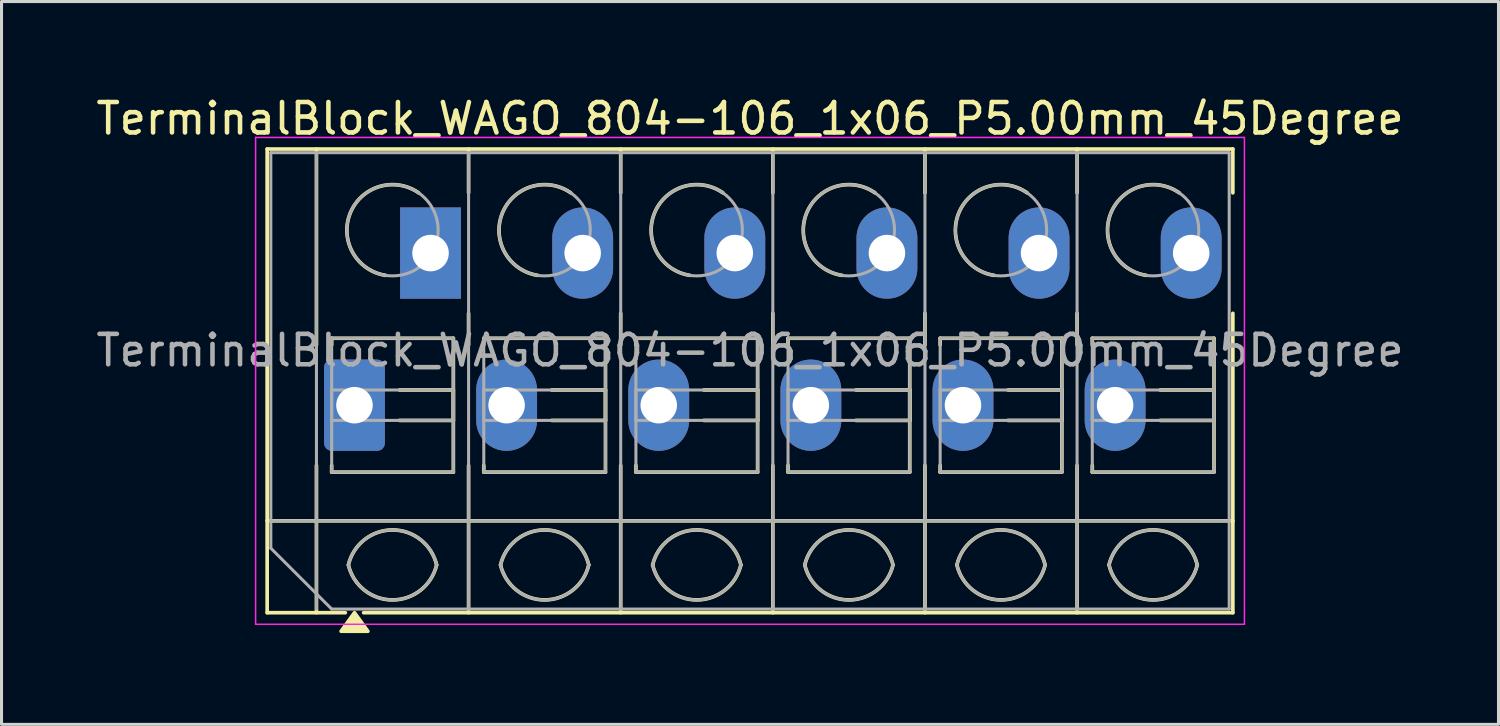
<source format=kicad_pcb>
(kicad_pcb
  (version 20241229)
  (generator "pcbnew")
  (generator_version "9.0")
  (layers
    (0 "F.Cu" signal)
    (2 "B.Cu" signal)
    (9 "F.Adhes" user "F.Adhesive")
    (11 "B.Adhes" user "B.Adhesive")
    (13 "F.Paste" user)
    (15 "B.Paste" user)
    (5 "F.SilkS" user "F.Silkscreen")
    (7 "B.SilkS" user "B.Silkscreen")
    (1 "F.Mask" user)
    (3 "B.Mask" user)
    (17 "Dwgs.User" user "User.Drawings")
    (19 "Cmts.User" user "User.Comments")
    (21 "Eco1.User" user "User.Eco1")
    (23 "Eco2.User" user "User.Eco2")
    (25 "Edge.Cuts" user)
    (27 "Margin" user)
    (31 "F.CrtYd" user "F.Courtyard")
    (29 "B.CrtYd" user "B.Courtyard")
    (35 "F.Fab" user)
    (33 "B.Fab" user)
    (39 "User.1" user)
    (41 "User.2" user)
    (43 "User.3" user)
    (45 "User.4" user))
  (footprint "TerminalBlock_WAGO_804-106_1x06_P5.00mm_45Degree"
    (layer "F.Cu")
    (at 8.601 10.268)
    (property "Reference" "TerminalBlock_WAGO_804-106_1x06_P5.00mm_45Degree" (at 13 -9.42 0) (layer "F.SilkS") (effects (font (size 1 1) (thickness 0.15))))
    (attr through_hole)
    (fp_line (start -2.87 -8.42) (end -2.87 6.82) (stroke (width 0.12) (type solid)) (layer "F.SilkS"))
    (fp_line (start -2.87 -8.42) (end 28.87 -8.42) (stroke (width 0.12) (type solid)) (layer "F.SilkS"))
    (fp_line (start -2.87 3.8) (end 28.87 3.8) (stroke (width 0.12) (type solid)) (layer "F.SilkS"))
    (fp_line (start -2.87 6.82) (end -0.3 6.82) (stroke (width 0.12) (type solid)) (layer "F.SilkS"))
    (fp_line (start -1.25 -8.42) (end -1.25 -1.98) (stroke (width 0.12) (type solid)) (layer "F.SilkS"))
    (fp_line (start -1.25 1.98) (end -1.25 6.82) (stroke (width 0.12) (type solid)) (layer "F.SilkS"))
    (fp_line (start -0.75 -2.2) (end -0.75 -1.98) (stroke (width 0.12) (type solid)) (layer "F.SilkS"))
    (fp_line (start -0.75 -2.2) (end 3.25 -2.2) (stroke (width 0.12) (type solid)) (layer "F.SilkS"))
    (fp_line (start -0.75 1.98) (end -0.75 2.2) (stroke (width 0.12) (type solid)) (layer "F.SilkS"))
    (fp_line (start -0.75 2.2) (end 3.25 2.2) (stroke (width 0.12) (type solid)) (layer "F.SilkS"))
    (fp_line (start 0.3 6.82) (end 28.87 6.82) (stroke (width 0.12) (type solid)) (layer "F.SilkS"))
    (fp_line (start 1.48 -0.5) (end 3.25 -0.5) (stroke (width 0.12) (type solid)) (layer "F.SilkS"))
    (fp_line (start 1.48 0.5) (end 3.25 0.5) (stroke (width 0.12) (type solid)) (layer "F.SilkS"))
    (fp_line (start 3.25 -2.2) (end 3.25 2.2) (stroke (width 0.12) (type solid)) (layer "F.SilkS"))
    (fp_line (start 3.25 -0.5) (end 3.25 0.5) (stroke (width 0.12) (type solid)) (layer "F.SilkS"))
    (fp_line (start 3.75 -8.42) (end 3.75 -6.98) (stroke (width 0.12) (type solid)) (layer "F.SilkS"))
    (fp_line (start 3.75 -3.02) (end 3.75 -1.98) (stroke (width 0.12) (type solid)) (layer "F.SilkS"))
    (fp_line (start 3.75 1.98) (end 3.75 6.82) (stroke (width 0.12) (type solid)) (layer "F.SilkS"))
    (fp_line (start 4.25 -2.2) (end 4.25 -1.98) (stroke (width 0.12) (type solid)) (layer "F.SilkS"))
    (fp_line (start 4.25 -2.2) (end 8.25 -2.2) (stroke (width 0.12) (type solid)) (layer "F.SilkS"))
    (fp_line (start 4.25 1.98) (end 4.25 2.2) (stroke (width 0.12) (type solid)) (layer "F.SilkS"))
    (fp_line (start 4.25 2.2) (end 8.25 2.2) (stroke (width 0.12) (type solid)) (layer "F.SilkS"))
    (fp_line (start 6.48 -0.5) (end 8.25 -0.5) (stroke (width 0.12) (type solid)) (layer "F.SilkS"))
    (fp_line (start 6.48 0.5) (end 8.25 0.5) (stroke (width 0.12) (type solid)) (layer "F.SilkS"))
    (fp_line (start 8.25 -2.2) (end 8.25 2.2) (stroke (width 0.12) (type solid)) (layer "F.SilkS"))
    (fp_line (start 8.25 -0.5) (end 8.25 0.5) (stroke (width 0.12) (type solid)) (layer "F.SilkS"))
    (fp_line (start 8.75 -8.42) (end 8.75 -6.98) (stroke (width 0.12) (type solid)) (layer "F.SilkS"))
    (fp_line (start 8.75 -3.02) (end 8.75 -1.98) (stroke (width 0.12) (type solid)) (layer "F.SilkS"))
    (fp_line (start 8.75 1.98) (end 8.75 6.82) (stroke (width 0.12) (type solid)) (layer "F.SilkS"))
    (fp_line (start 9.25 -2.2) (end 9.25 -1.98) (stroke (width 0.12) (type solid)) (layer "F.SilkS"))
    (fp_line (start 9.25 -2.2) (end 13.25 -2.2) (stroke (width 0.12) (type solid)) (layer "F.SilkS"))
    (fp_line (start 9.25 1.98) (end 9.25 2.2) (stroke (width 0.12) (type solid)) (layer "F.SilkS"))
    (fp_line (start 9.25 2.2) (end 13.25 2.2) (stroke (width 0.12) (type solid)) (layer "F.SilkS"))
    (fp_line (start 11.48 -0.5) (end 13.25 -0.5) (stroke (width 0.12) (type solid)) (layer "F.SilkS"))
    (fp_line (start 11.48 0.5) (end 13.25 0.5) (stroke (width 0.12) (type solid)) (layer "F.SilkS"))
    (fp_line (start 13.25 -2.2) (end 13.25 2.2) (stroke (width 0.12) (type solid)) (layer "F.SilkS"))
    (fp_line (start 13.25 -0.5) (end 13.25 0.5) (stroke (width 0.12) (type solid)) (layer "F.SilkS"))
    (fp_line (start 13.75 -8.42) (end 13.75 -6.98) (stroke (width 0.12) (type solid)) (layer "F.SilkS"))
    (fp_line (start 13.75 -3.02) (end 13.75 -1.98) (stroke (width 0.12) (type solid)) (layer "F.SilkS"))
    (fp_line (start 13.75 1.98) (end 13.75 6.82) (stroke (width 0.12) (type solid)) (layer "F.SilkS"))
    (fp_line (start 14.25 -2.2) (end 14.25 -1.98) (stroke (width 0.12) (type solid)) (layer "F.SilkS"))
    (fp_line (start 14.25 -2.2) (end 18.25 -2.2) (stroke (width 0.12) (type solid)) (layer "F.SilkS"))
    (fp_line (start 14.25 1.98) (end 14.25 2.2) (stroke (width 0.12) (type solid)) (layer "F.SilkS"))
    (fp_line (start 14.25 2.2) (end 18.25 2.2) (stroke (width 0.12) (type solid)) (layer "F.SilkS"))
    (fp_line (start 16.48 -0.5) (end 18.25 -0.5) (stroke (width 0.12) (type solid)) (layer "F.SilkS"))
    (fp_line (start 16.48 0.5) (end 18.25 0.5) (stroke (width 0.12) (type solid)) (layer "F.SilkS"))
    (fp_line (start 18.25 -2.2) (end 18.25 2.2) (stroke (width 0.12) (type solid)) (layer "F.SilkS"))
    (fp_line (start 18.25 -0.5) (end 18.25 0.5) (stroke (width 0.12) (type solid)) (layer "F.SilkS"))
    (fp_line (start 18.75 -8.42) (end 18.75 -6.98) (stroke (width 0.12) (type solid)) (layer "F.SilkS"))
    (fp_line (start 18.75 -3.02) (end 18.75 -1.98) (stroke (width 0.12) (type solid)) (layer "F.SilkS"))
    (fp_line (start 18.75 1.98) (end 18.75 6.82) (stroke (width 0.12) (type solid)) (layer "F.SilkS"))
    (fp_line (start 19.25 -2.2) (end 19.25 -1.98) (stroke (width 0.12) (type solid)) (layer "F.SilkS"))
    (fp_line (start 19.25 -2.2) (end 23.25 -2.2) (stroke (width 0.12) (type solid)) (layer "F.SilkS"))
    (fp_line (start 19.25 1.98) (end 19.25 2.2) (stroke (width 0.12) (type solid)) (layer "F.SilkS"))
    (fp_line (start 19.25 2.2) (end 23.25 2.2) (stroke (width 0.12) (type solid)) (layer "F.SilkS"))
    (fp_line (start 21.48 -0.5) (end 23.25 -0.5) (stroke (width 0.12) (type solid)) (layer "F.SilkS"))
    (fp_line (start 21.48 0.5) (end 23.25 0.5) (stroke (width 0.12) (type solid)) (layer "F.SilkS"))
    (fp_line (start 23.25 -2.2) (end 23.25 2.2) (stroke (width 0.12) (type solid)) (layer "F.SilkS"))
    (fp_line (start 23.25 -0.5) (end 23.25 0.5) (stroke (width 0.12) (type solid)) (layer "F.SilkS"))
    (fp_line (start 23.75 -8.42) (end 23.75 -6.98) (stroke (width 0.12) (type solid)) (layer "F.SilkS"))
    (fp_line (start 23.75 -3.02) (end 23.75 -1.98) (stroke (width 0.12) (type solid)) (layer "F.SilkS"))
    (fp_line (start 23.75 1.98) (end 23.75 6.82) (stroke (width 0.12) (type solid)) (layer "F.SilkS"))
    (fp_line (start 24.25 -2.2) (end 24.25 -1.98) (stroke (width 0.12) (type solid)) (layer "F.SilkS"))
    (fp_line (start 24.25 -2.2) (end 28.25 -2.2) (stroke (width 0.12) (type solid)) (layer "F.SilkS"))
    (fp_line (start 24.25 1.98) (end 24.25 2.2) (stroke (width 0.12) (type solid)) (layer "F.SilkS"))
    (fp_line (start 24.25 2.2) (end 28.25 2.2) (stroke (width 0.12) (type solid)) (layer "F.SilkS"))
    (fp_line (start 26.48 -0.5) (end 28.25 -0.5) (stroke (width 0.12) (type solid)) (layer "F.SilkS"))
    (fp_line (start 26.48 0.5) (end 28.25 0.5) (stroke (width 0.12) (type solid)) (layer "F.SilkS"))
    (fp_line (start 28.25 -2.2) (end 28.25 2.2) (stroke (width 0.12) (type solid)) (layer "F.SilkS"))
    (fp_line (start 28.25 -0.5) (end 28.25 0.5) (stroke (width 0.12) (type solid)) (layer "F.SilkS"))
    (fp_line (start 28.87 -8.42) (end 28.87 -6.98) (stroke (width 0.12) (type solid)) (layer "F.SilkS"))
    (fp_line (start 28.87 -3.02) (end 28.87 6.82) (stroke (width 0.12) (type solid)) (layer "F.SilkS"))
    (fp_arc (start -0.2 5.25) (mid 1.25 4.1) (end 2.7 5.25) (stroke (width 0.12) (type solid)) (layer "F.SilkS"))
    (fp_arc (start 1.02 -4.268) (mid -0.141916 -6.309209) (end 2.109 -6.98) (stroke (width 0.12) (type solid)) (layer "F.SilkS"))
    (fp_arc (start 2.7 5.25) (mid 1.25 6.4) (end -0.2 5.25) (stroke (width 0.12) (type solid)) (layer "F.SilkS"))
    (fp_arc (start 4.8 5.25) (mid 6.25 4.1) (end 7.7 5.25) (stroke (width 0.12) (type solid)) (layer "F.SilkS"))
    (fp_arc (start 6.02 -4.268) (mid 4.858084 -6.309209) (end 7.109 -6.98) (stroke (width 0.12) (type solid)) (layer "F.SilkS"))
    (fp_arc (start 7.7 5.25) (mid 6.25 6.4) (end 4.8 5.25) (stroke (width 0.12) (type solid)) (layer "F.SilkS"))
    (fp_arc (start 9.8 5.25) (mid 11.25 4.1) (end 12.7 5.25) (stroke (width 0.12) (type solid)) (layer "F.SilkS"))
    (fp_arc (start 11.02 -4.268) (mid 9.858084 -6.309209) (end 12.109 -6.98) (stroke (width 0.12) (type solid)) (layer "F.SilkS"))
    (fp_arc (start 12.7 5.25) (mid 11.25 6.4) (end 9.8 5.25) (stroke (width 0.12) (type solid)) (layer "F.SilkS"))
    (fp_arc (start 14.8 5.25) (mid 16.25 4.1) (end 17.7 5.25) (stroke (width 0.12) (type solid)) (layer "F.SilkS"))
    (fp_arc (start 16.02 -4.268) (mid 14.858084 -6.309209) (end 17.109 -6.98) (stroke (width 0.12) (type solid)) (layer "F.SilkS"))
    (fp_arc (start 17.7 5.25) (mid 16.25 6.4) (end 14.8 5.25) (stroke (width 0.12) (type solid)) (layer "F.SilkS"))
    (fp_arc (start 19.8 5.25) (mid 21.25 4.1) (end 22.7 5.25) (stroke (width 0.12) (type solid)) (layer "F.SilkS"))
    (fp_arc (start 21.02 -4.268) (mid 19.858084 -6.309209) (end 22.109 -6.98) (stroke (width 0.12) (type solid)) (layer "F.SilkS"))
    (fp_arc (start 22.7 5.25) (mid 21.25 6.4) (end 19.8 5.25) (stroke (width 0.12) (type solid)) (layer "F.SilkS"))
    (fp_arc (start 24.8 5.25) (mid 26.25 4.1) (end 27.7 5.25) (stroke (width 0.12) (type solid)) (layer "F.SilkS"))
    (fp_arc (start 26.02 -4.268) (mid 24.858084 -6.309209) (end 27.109 -6.98) (stroke (width 0.12) (type solid)) (layer "F.SilkS"))
    (fp_arc (start 27.7 5.25) (mid 26.25 6.4) (end 24.8 5.25) (stroke (width 0.12) (type solid)) (layer "F.SilkS"))
    (fp_poly (pts (xy 0 6.82) (xy 0.44 7.43) (xy -0.44 7.43)) (stroke (width 0.12) (type solid)) (fill yes) (layer "F.SilkS"))
    (fp_line (start -3.25 -8.8) (end -3.25 7.2) (stroke (width 0.05) (type solid)) (layer "F.CrtYd"))
    (fp_line (start -3.25 7.2) (end 29.25 7.2) (stroke (width 0.05) (type solid)) (layer "F.CrtYd"))
    (fp_line (start 29.25 -8.8) (end -3.25 -8.8) (stroke (width 0.05) (type solid)) (layer "F.CrtYd"))
    (fp_line (start 29.25 7.2) (end 29.25 -8.8) (stroke (width 0.05) (type solid)) (layer "F.CrtYd"))
    (fp_line (start -2.75 -8.3) (end 28.75 -8.3) (stroke (width 0.1) (type solid)) (layer "F.Fab"))
    (fp_line (start -2.75 3.8) (end 28.75 3.8) (stroke (width 0.1) (type solid)) (layer "F.Fab"))
    (fp_line (start -2.75 4.7) (end -2.75 -8.3) (stroke (width 0.1) (type solid)) (layer "F.Fab"))
    (fp_line (start -1.25 -8.3) (end -1.25 6.7) (stroke (width 0.1) (type solid)) (layer "F.Fab"))
    (fp_line (start -0.75 -2.2) (end -0.75 2.2) (stroke (width 0.1) (type solid)) (layer "F.Fab"))
    (fp_line (start -0.75 -0.5) (end -0.75 0.5) (stroke (width 0.1) (type solid)) (layer "F.Fab"))
    (fp_line (start -0.75 0.5) (end 3.25 0.5) (stroke (width 0.1) (type solid)) (layer "F.Fab"))
    (fp_line (start -0.75 2.2) (end 3.25 2.2) (stroke (width 0.1) (type solid)) (layer "F.Fab"))
    (fp_line (start -0.75 6.7) (end -2.75 4.7) (stroke (width 0.1) (type solid)) (layer "F.Fab"))
    (fp_line (start 3.25 -2.2) (end -0.75 -2.2) (stroke (width 0.1) (type solid)) (layer "F.Fab"))
    (fp_line (start 3.25 -0.5) (end -0.75 -0.5) (stroke (width 0.1) (type solid)) (layer "F.Fab"))
    (fp_line (start 3.25 0.5) (end 3.25 -0.5) (stroke (width 0.1) (type solid)) (layer "F.Fab"))
    (fp_line (start 3.25 2.2) (end 3.25 -2.2) (stroke (width 0.1) (type solid)) (layer "F.Fab"))
    (fp_line (start 3.75 -8.3) (end 3.75 6.7) (stroke (width 0.1) (type solid)) (layer "F.Fab"))
    (fp_line (start 4.25 -2.2) (end 4.25 2.2) (stroke (width 0.1) (type solid)) (layer "F.Fab"))
    (fp_line (start 4.25 -0.5) (end 4.25 0.5) (stroke (width 0.1) (type solid)) (layer "F.Fab"))
    (fp_line (start 4.25 0.5) (end 8.25 0.5) (stroke (width 0.1) (type solid)) (layer "F.Fab"))
    (fp_line (start 4.25 2.2) (end 8.25 2.2) (stroke (width 0.1) (type solid)) (layer "F.Fab"))
    (fp_line (start 8.25 -2.2) (end 4.25 -2.2) (stroke (width 0.1) (type solid)) (layer "F.Fab"))
    (fp_line (start 8.25 -0.5) (end 4.25 -0.5) (stroke (width 0.1) (type solid)) (layer "F.Fab"))
    (fp_line (start 8.25 0.5) (end 8.25 -0.5) (stroke (width 0.1) (type solid)) (layer "F.Fab"))
    (fp_line (start 8.25 2.2) (end 8.25 -2.2) (stroke (width 0.1) (type solid)) (layer "F.Fab"))
    (fp_line (start 8.75 -8.3) (end 8.75 6.7) (stroke (width 0.1) (type solid)) (layer "F.Fab"))
    (fp_line (start 9.25 -2.2) (end 9.25 2.2) (stroke (width 0.1) (type solid)) (layer "F.Fab"))
    (fp_line (start 9.25 -0.5) (end 9.25 0.5) (stroke (width 0.1) (type solid)) (layer "F.Fab"))
    (fp_line (start 9.25 0.5) (end 13.25 0.5) (stroke (width 0.1) (type solid)) (layer "F.Fab"))
    (fp_line (start 9.25 2.2) (end 13.25 2.2) (stroke (width 0.1) (type solid)) (layer "F.Fab"))
    (fp_line (start 13.25 -2.2) (end 9.25 -2.2) (stroke (width 0.1) (type solid)) (layer "F.Fab"))
    (fp_line (start 13.25 -0.5) (end 9.25 -0.5) (stroke (width 0.1) (type solid)) (layer "F.Fab"))
    (fp_line (start 13.25 0.5) (end 13.25 -0.5) (stroke (width 0.1) (type solid)) (layer "F.Fab"))
    (fp_line (start 13.25 2.2) (end 13.25 -2.2) (stroke (width 0.1) (type solid)) (layer "F.Fab"))
    (fp_line (start 13.75 -8.3) (end 13.75 6.7) (stroke (width 0.1) (type solid)) (layer "F.Fab"))
    (fp_line (start 14.25 -2.2) (end 14.25 2.2) (stroke (width 0.1) (type solid)) (layer "F.Fab"))
    (fp_line (start 14.25 -0.5) (end 14.25 0.5) (stroke (width 0.1) (type solid)) (layer "F.Fab"))
    (fp_line (start 14.25 0.5) (end 18.25 0.5) (stroke (width 0.1) (type solid)) (layer "F.Fab"))
    (fp_line (start 14.25 2.2) (end 18.25 2.2) (stroke (width 0.1) (type solid)) (layer "F.Fab"))
    (fp_line (start 18.25 -2.2) (end 14.25 -2.2) (stroke (width 0.1) (type solid)) (layer "F.Fab"))
    (fp_line (start 18.25 -0.5) (end 14.25 -0.5) (stroke (width 0.1) (type solid)) (layer "F.Fab"))
    (fp_line (start 18.25 0.5) (end 18.25 -0.5) (stroke (width 0.1) (type solid)) (layer "F.Fab"))
    (fp_line (start 18.25 2.2) (end 18.25 -2.2) (stroke (width 0.1) (type solid)) (layer "F.Fab"))
    (fp_line (start 18.75 -8.3) (end 18.75 6.7) (stroke (width 0.1) (type solid)) (layer "F.Fab"))
    (fp_line (start 19.25 -2.2) (end 19.25 2.2) (stroke (width 0.1) (type solid)) (layer "F.Fab"))
    (fp_line (start 19.25 -0.5) (end 19.25 0.5) (stroke (width 0.1) (type solid)) (layer "F.Fab"))
    (fp_line (start 19.25 0.5) (end 23.25 0.5) (stroke (width 0.1) (type solid)) (layer "F.Fab"))
    (fp_line (start 19.25 2.2) (end 23.25 2.2) (stroke (width 0.1) (type solid)) (layer "F.Fab"))
    (fp_line (start 23.25 -2.2) (end 19.25 -2.2) (stroke (width 0.1) (type solid)) (layer "F.Fab"))
    (fp_line (start 23.25 -0.5) (end 19.25 -0.5) (stroke (width 0.1) (type solid)) (layer "F.Fab"))
    (fp_line (start 23.25 0.5) (end 23.25 -0.5) (stroke (width 0.1) (type solid)) (layer "F.Fab"))
    (fp_line (start 23.25 2.2) (end 23.25 -2.2) (stroke (width 0.1) (type solid)) (layer "F.Fab"))
    (fp_line (start 23.75 -8.3) (end 23.75 6.7) (stroke (width 0.1) (type solid)) (layer "F.Fab"))
    (fp_line (start 24.25 -2.2) (end 24.25 2.2) (stroke (width 0.1) (type solid)) (layer "F.Fab"))
    (fp_line (start 24.25 -0.5) (end 24.25 0.5) (stroke (width 0.1) (type solid)) (layer "F.Fab"))
    (fp_line (start 24.25 0.5) (end 28.25 0.5) (stroke (width 0.1) (type solid)) (layer "F.Fab"))
    (fp_line (start 24.25 2.2) (end 28.25 2.2) (stroke (width 0.1) (type solid)) (layer "F.Fab"))
    (fp_line (start 28.25 -2.2) (end 24.25 -2.2) (stroke (width 0.1) (type solid)) (layer "F.Fab"))
    (fp_line (start 28.25 -0.5) (end 24.25 -0.5) (stroke (width 0.1) (type solid)) (layer "F.Fab"))
    (fp_line (start 28.25 0.5) (end 28.25 -0.5) (stroke (width 0.1) (type solid)) (layer "F.Fab"))
    (fp_line (start 28.25 2.2) (end 28.25 -2.2) (stroke (width 0.1) (type solid)) (layer "F.Fab"))
    (fp_line (start 28.75 -8.3) (end 28.75 6.7) (stroke (width 0.1) (type solid)) (layer "F.Fab"))
    (fp_line (start 28.75 6.7) (end -0.75 6.7) (stroke (width 0.1) (type solid)) (layer "F.Fab"))
    (fp_arc (start -0.2 5.25) (mid 1.25 4.1) (end 2.7 5.25) (stroke (width 0.1) (type solid)) (layer "F.Fab"))
    (fp_arc (start 2.7 5.25) (mid 1.25 6.4) (end -0.2 5.25) (stroke (width 0.1) (type solid)) (layer "F.Fab"))
    (fp_arc (start 4.8 5.25) (mid 6.25 4.1) (end 7.7 5.25) (stroke (width 0.1) (type solid)) (layer "F.Fab"))
    (fp_arc (start 7.7 5.25) (mid 6.25 6.4) (end 4.8 5.25) (stroke (width 0.1) (type solid)) (layer "F.Fab"))
    (fp_arc (start 9.8 5.25) (mid 11.25 4.1) (end 12.7 5.25) (stroke (width 0.1) (type solid)) (layer "F.Fab"))
    (fp_arc (start 12.7 5.25) (mid 11.25 6.4) (end 9.8 5.25) (stroke (width 0.1) (type solid)) (layer "F.Fab"))
    (fp_arc (start 14.8 5.25) (mid 16.25 4.1) (end 17.7 5.25) (stroke (width 0.1) (type solid)) (layer "F.Fab"))
    (fp_arc (start 17.7 5.25) (mid 16.25 6.4) (end 14.8 5.25) (stroke (width 0.1) (type solid)) (layer "F.Fab"))
    (fp_arc (start 19.8 5.25) (mid 21.25 4.1) (end 22.7 5.25) (stroke (width 0.1) (type solid)) (layer "F.Fab"))
    (fp_arc (start 22.7 5.25) (mid 21.25 6.4) (end 19.8 5.25) (stroke (width 0.1) (type solid)) (layer "F.Fab"))
    (fp_arc (start 24.8 5.25) (mid 26.25 4.1) (end 27.7 5.25) (stroke (width 0.1) (type solid)) (layer "F.Fab"))
    (fp_arc (start 27.7 5.25) (mid 26.25 6.4) (end 24.8 5.25) (stroke (width 0.1) (type solid)) (layer "F.Fab"))
    (fp_circle (center 1.25 -5.75) (end 2.75 -5.75) (stroke (width 0.1) (type solid)) (fill no) (layer "F.Fab"))
    (fp_circle (center 6.25 -5.75) (end 7.75 -5.75) (stroke (width 0.1) (type solid)) (fill no) (layer "F.Fab"))
    (fp_circle (center 11.25 -5.75) (end 12.75 -5.75) (stroke (width 0.1) (type solid)) (fill no) (layer "F.Fab"))
    (fp_circle (center 16.25 -5.75) (end 17.75 -5.75) (stroke (width 0.1) (type solid)) (fill no) (layer "F.Fab"))
    (fp_circle (center 21.25 -5.75) (end 22.75 -5.75) (stroke (width 0.1) (type solid)) (fill no) (layer "F.Fab"))
    (fp_circle (center 26.25 -5.75) (end 27.75 -5.75) (stroke (width 0.1) (type solid)) (fill no) (layer "F.Fab"))
    (fp_text user "${REFERENCE}" (at 13 -1.8 0) (layer "F.Fab") (effects (font (size 1 1) (thickness 0.15))))
    (pad "1" thru_hole roundrect (at 0 0) (size 2 3) (drill 1.2) (layers "*.Cu" "*.Mask") (roundrect_rratio 0.125))
    (pad "1" thru_hole rect (at 2.5 -5) (size 2 3) (drill 1.2) (layers "*.Cu" "*.Mask"))
    (pad "2" thru_hole oval (at 5 0) (size 2 3) (drill 1.2) (layers "*.Cu" "*.Mask"))
    (pad "2" thru_hole oval (at 7.5 -5) (size 2 3) (drill 1.2) (layers "*.Cu" "*.Mask"))
    (pad "3" thru_hole oval (at 10 0) (size 2 3) (drill 1.2) (layers "*.Cu" "*.Mask"))
    (pad "3" thru_hole oval (at 12.5 -5) (size 2 3) (drill 1.2) (layers "*.Cu" "*.Mask"))
    (pad "4" thru_hole oval (at 15 0) (size 2 3) (drill 1.2) (layers "*.Cu" "*.Mask"))
    (pad "4" thru_hole oval (at 17.5 -5) (size 2 3) (drill 1.2) (layers "*.Cu" "*.Mask"))
    (pad "5" thru_hole oval (at 20 0) (size 2 3) (drill 1.2) (layers "*.Cu" "*.Mask"))
    (pad "5" thru_hole oval (at 22.5 -5) (size 2 3) (drill 1.2) (layers "*.Cu" "*.Mask"))
    (pad "6" thru_hole oval (at 25 0) (size 2 3) (drill 1.2) (layers "*.Cu" "*.Mask"))
    (pad "6" thru_hole oval (at 27.5 -5) (size 2 3) (drill 1.2) (layers "*.Cu" "*.Mask")))
  (gr_rect
    (start -3 -3)
    (end 46.202 20.758)
    (stroke (width 0.1) (type default))
    (fill no)
    (layer "Edge.Cuts")))
</source>
